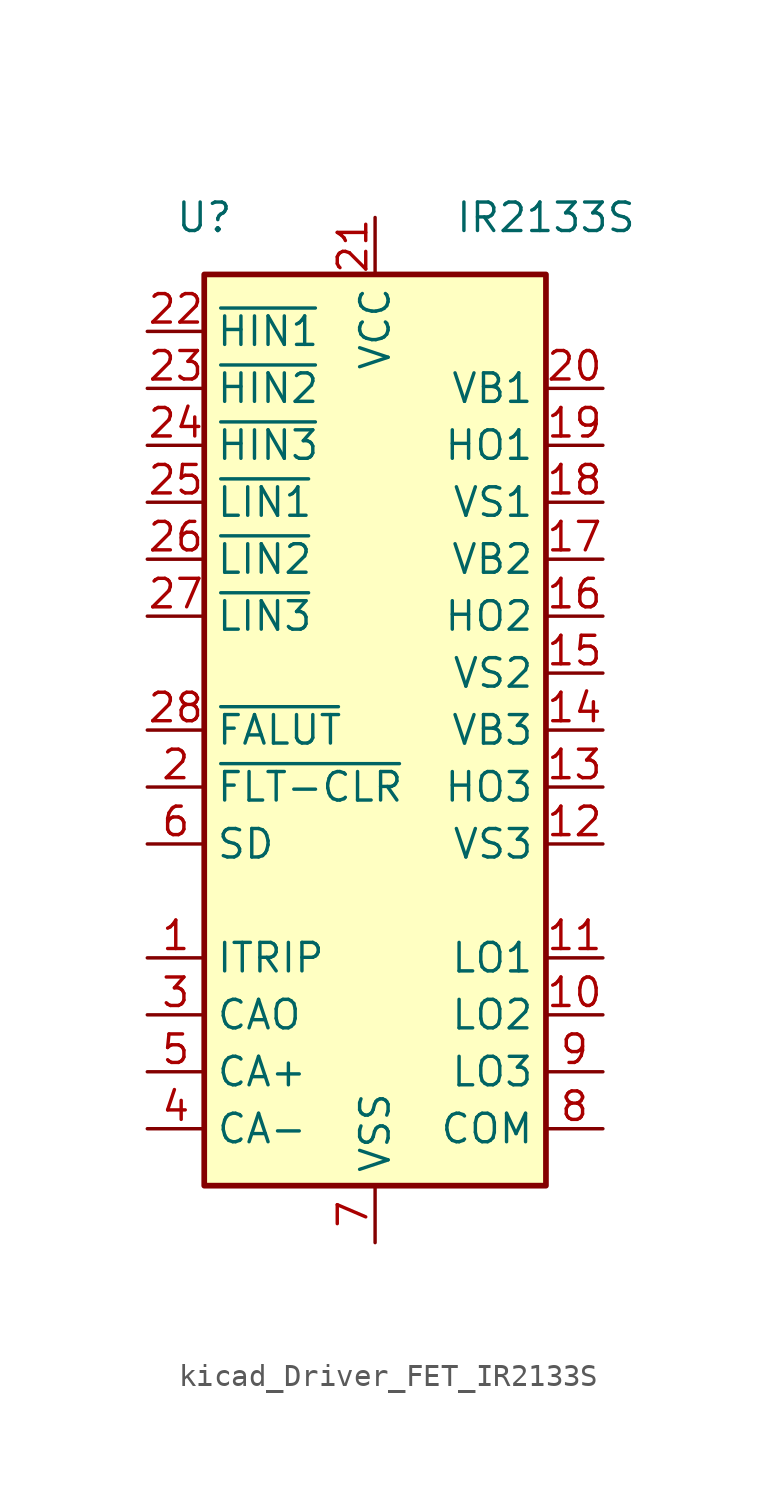
<source format=kicad_sym>
(kicad_symbol_lib
  (version 20220914)
  (generator kicad_symbol_editor)
  (symbol "kicad_Driver_FET_IR2133S"
    (property "Reference" "U"
      (at -7.62 22.86 0)
      (effects (font (size 1.27 1.27))))
    (property "Value" "IR2133S"
      (at 7.62 22.86 0)
      (effects (font (size 1.27 1.27))))
    (symbol "kicad_Driver_FET_IR2133S_1_1"
      (rectangle (start -7.62 -20.32) (end 7.62 20.32) (stroke (width 0.254) (type default)) (fill (type background)))
      (pin input line (at -10.16 -10.16 0) (length 2.54) (name "ITRIP" (effects (font (size 1.27 1.27)))) (number "1" (effects (font (size 1.27 1.27)))))
      (pin output line (at 10.16 -12.7 180) (length 2.54) (name "LO2" (effects (font (size 1.27 1.27)))) (number "10" (effects (font (size 1.27 1.27)))))
      (pin output line (at 10.16 -10.16 180) (length 2.54) (name "LO1" (effects (font (size 1.27 1.27)))) (number "11" (effects (font (size 1.27 1.27)))))
      (pin passive line (at 10.16 -5.08 180) (length 2.54) (name "VS3" (effects (font (size 1.27 1.27)))) (number "12" (effects (font (size 1.27 1.27)))))
      (pin output line (at 10.16 -2.54 180) (length 2.54) (name "HO3" (effects (font (size 1.27 1.27)))) (number "13" (effects (font (size 1.27 1.27)))))
      (pin passive line (at 10.16 0 180) (length 2.54) (name "VB3" (effects (font (size 1.27 1.27)))) (number "14" (effects (font (size 1.27 1.27)))))
      (pin passive line (at 10.16 2.54 180) (length 2.54) (name "VS2" (effects (font (size 1.27 1.27)))) (number "15" (effects (font (size 1.27 1.27)))))
      (pin output line (at 10.16 5.08 180) (length 2.54) (name "HO2" (effects (font (size 1.27 1.27)))) (number "16" (effects (font (size 1.27 1.27)))))
      (pin passive line (at 10.16 7.62 180) (length 2.54) (name "VB2" (effects (font (size 1.27 1.27)))) (number "17" (effects (font (size 1.27 1.27)))))
      (pin passive line (at 10.16 10.16 180) (length 2.54) (name "VS1" (effects (font (size 1.27 1.27)))) (number "18" (effects (font (size 1.27 1.27)))))
      (pin output line (at 10.16 12.7 180) (length 2.54) (name "HO1" (effects (font (size 1.27 1.27)))) (number "19" (effects (font (size 1.27 1.27)))))
      (pin input line (at -10.16 -2.54 0) (length 2.54) (name "~{FLT-CLR}" (effects (font (size 1.27 1.27)))) (number "2" (effects (font (size 1.27 1.27)))))
      (pin passive line (at 10.16 15.24 180) (length 2.54) (name "VB1" (effects (font (size 1.27 1.27)))) (number "20" (effects (font (size 1.27 1.27)))))
      (pin power_in line (at 0 22.86 270) (length 2.54) (name "VCC" (effects (font (size 1.27 1.27)))) (number "21" (effects (font (size 1.27 1.27)))))
      (pin input line (at -10.16 17.78 0) (length 2.54) (name "~{HIN1}" (effects (font (size 1.27 1.27)))) (number "22" (effects (font (size 1.27 1.27)))))
      (pin input line (at -10.16 15.24 0) (length 2.54) (name "~{HIN2}" (effects (font (size 1.27 1.27)))) (number "23" (effects (font (size 1.27 1.27)))))
      (pin input line (at -10.16 12.7 0) (length 2.54) (name "~{HIN3}" (effects (font (size 1.27 1.27)))) (number "24" (effects (font (size 1.27 1.27)))))
      (pin input line (at -10.16 10.16 0) (length 2.54) (name "~{LIN1}" (effects (font (size 1.27 1.27)))) (number "25" (effects (font (size 1.27 1.27)))))
      (pin input line (at -10.16 7.62 0) (length 2.54) (name "~{LIN2}" (effects (font (size 1.27 1.27)))) (number "26" (effects (font (size 1.27 1.27)))))
      (pin input line (at -10.16 5.08 0) (length 2.54) (name "~{LIN3}" (effects (font (size 1.27 1.27)))) (number "27" (effects (font (size 1.27 1.27)))))
      (pin output line (at -10.16 0 0) (length 2.54) (name "~{FALUT}" (effects (font (size 1.27 1.27)))) (number "28" (effects (font (size 1.27 1.27)))))
      (pin output line (at -10.16 -12.7 0) (length 2.54) (name "CAO" (effects (font (size 1.27 1.27)))) (number "3" (effects (font (size 1.27 1.27)))))
      (pin input line (at -10.16 -17.78 0) (length 2.54) (name "CA-" (effects (font (size 1.27 1.27)))) (number "4" (effects (font (size 1.27 1.27)))))
      (pin input line (at -10.16 -15.24 0) (length 2.54) (name "CA+" (effects (font (size 1.27 1.27)))) (number "5" (effects (font (size 1.27 1.27)))))
      (pin input line (at -10.16 -5.08 0) (length 2.54) (name "SD" (effects (font (size 1.27 1.27)))) (number "6" (effects (font (size 1.27 1.27)))))
      (pin power_in line (at 0 -22.86 90) (length 2.54) (name "VSS" (effects (font (size 1.27 1.27)))) (number "7" (effects (font (size 1.27 1.27)))))
      (pin passive line (at 10.16 -17.78 180) (length 2.54) (name "COM" (effects (font (size 1.27 1.27)))) (number "8" (effects (font (size 1.27 1.27)))))
      (pin output line (at 10.16 -15.24 180) (length 2.54) (name "LO3" (effects (font (size 1.27 1.27)))) (number "9" (effects (font (size 1.27 1.27))))))))
</source>
